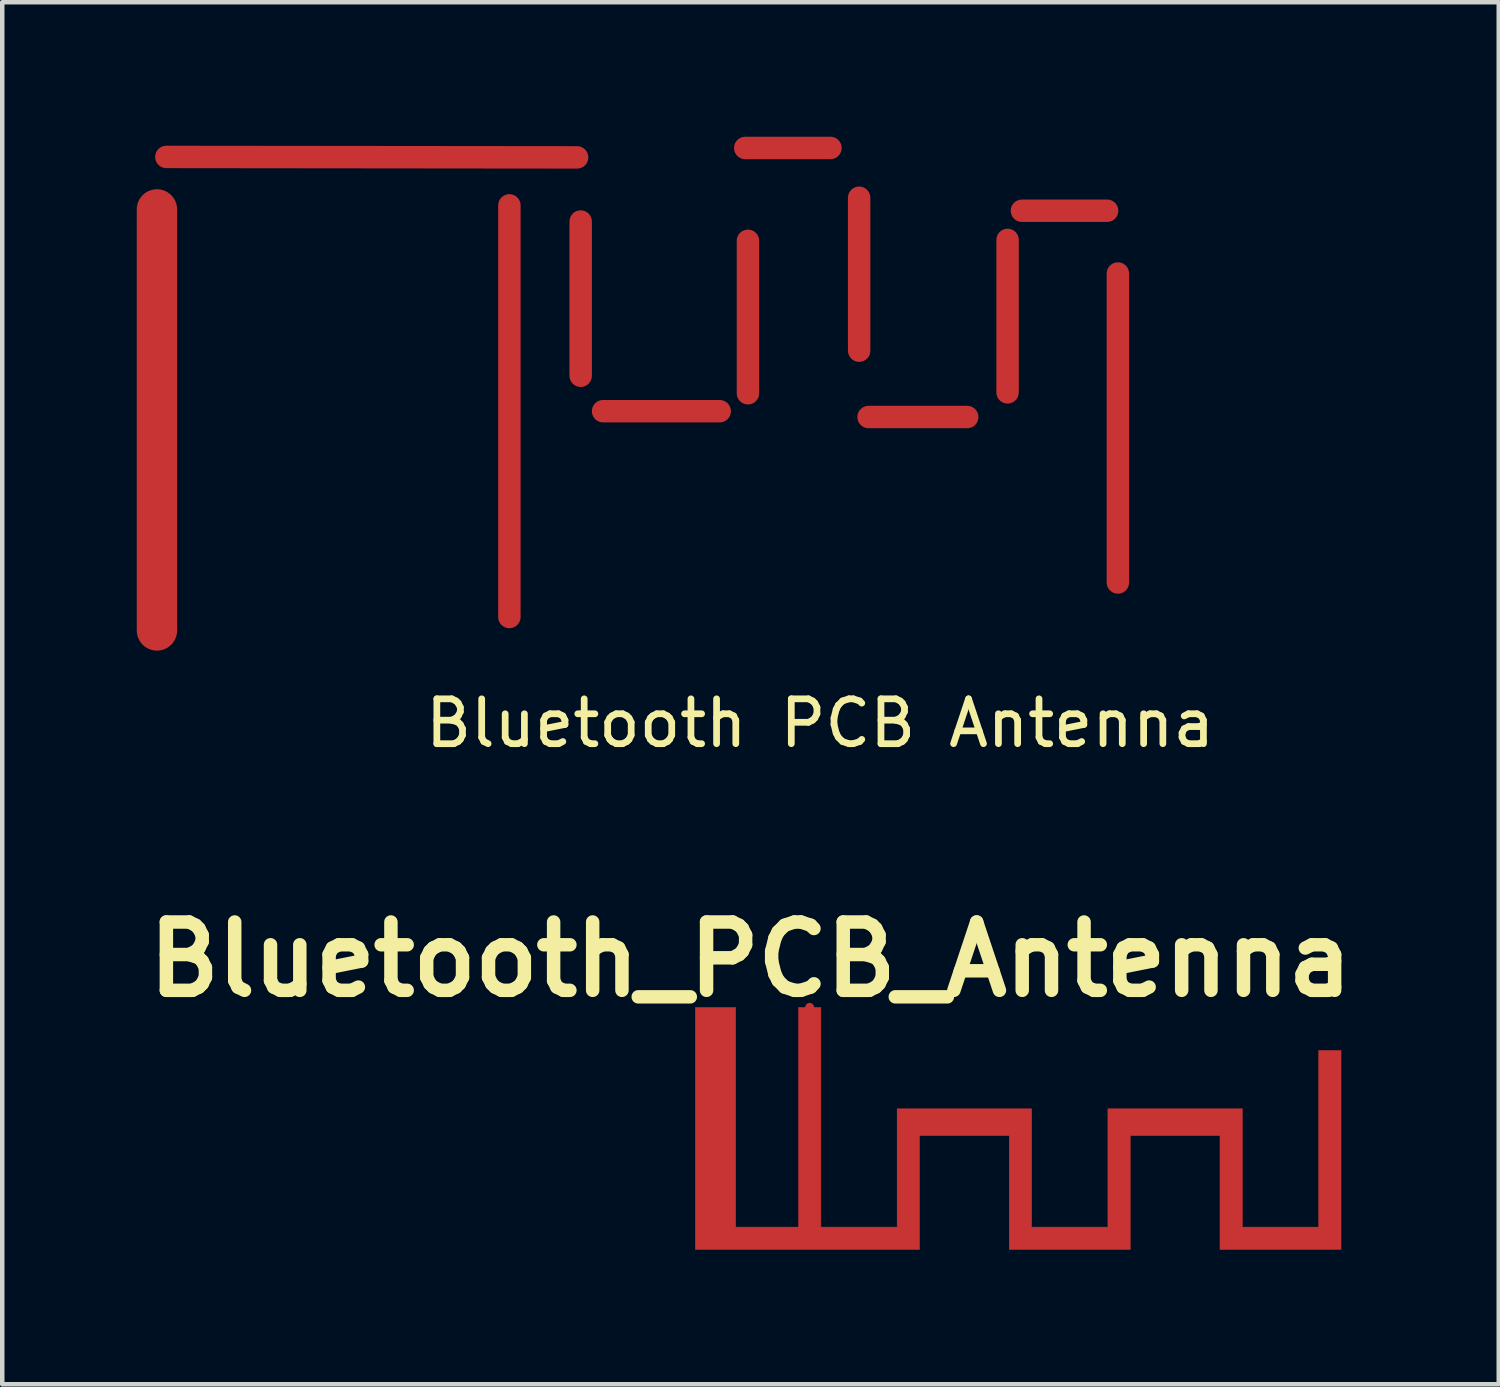
<source format=kicad_pcb>
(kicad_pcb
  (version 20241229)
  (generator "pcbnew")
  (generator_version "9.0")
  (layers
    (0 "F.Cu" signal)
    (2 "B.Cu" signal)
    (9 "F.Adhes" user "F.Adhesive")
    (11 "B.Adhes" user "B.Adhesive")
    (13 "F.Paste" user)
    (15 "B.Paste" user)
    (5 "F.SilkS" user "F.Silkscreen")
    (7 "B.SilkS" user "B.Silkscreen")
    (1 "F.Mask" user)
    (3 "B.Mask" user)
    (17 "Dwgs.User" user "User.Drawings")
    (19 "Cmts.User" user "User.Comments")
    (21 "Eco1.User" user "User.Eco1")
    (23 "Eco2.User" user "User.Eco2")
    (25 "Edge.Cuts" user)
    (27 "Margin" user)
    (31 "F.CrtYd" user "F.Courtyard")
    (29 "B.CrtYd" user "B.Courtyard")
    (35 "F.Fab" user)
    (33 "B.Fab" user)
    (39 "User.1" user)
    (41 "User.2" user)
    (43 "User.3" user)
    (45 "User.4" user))
  (footprint "Bluetooth PCB Antenna"
    (layer "F.Cu")
    (at 15.24 12.58)
    (property "Reference" "Bluetooth PCB Antenna" (at 0 0.5 0) (layer "F.SilkS") (effects (font (size 1 1) (thickness 0.15))))
    (attr through_hole)
    (fp_line (start -14.79 -1.57) (end -14.79 -10.96) (stroke (width 0.9) (type solid)) (layer "F.Cu"))
    (fp_line (start -14.58 -12.13) (end -5.42 -12.12) (stroke (width 0.5) (type solid)) (layer "F.Cu"))
    (fp_line (start -6.93 -11.05) (end -6.93 -1.87) (stroke (width 0.5) (type solid)) (layer "F.Cu"))
    (fp_line (start -5.34 -10.69) (end -5.34 -7.25) (stroke (width 0.5) (type solid)) (layer "F.Cu"))
    (fp_line (start -4.84 -6.46) (end -2.24 -6.46) (stroke (width 0.5) (type solid)) (layer "F.Cu"))
    (fp_line (start -1.67 -12.33) (end 0.23 -12.33) (stroke (width 0.5) (type solid)) (layer "F.Cu"))
    (fp_line (start -1.61 -6.86) (end -1.61 -10.26) (stroke (width 0.5) (type solid)) (layer "F.Cu"))
    (fp_line (start 0.87 -11.22) (end 0.87 -7.81) (stroke (width 0.5) (type solid)) (layer "F.Cu"))
    (fp_line (start 1.08 -6.33) (end 3.28 -6.33) (stroke (width 0.5) (type solid)) (layer "F.Cu"))
    (fp_line (start 4.18 -6.88) (end 4.18 -10.28) (stroke (width 0.5) (type solid)) (layer "F.Cu"))
    (fp_line (start 4.5 -10.93) (end 6.4 -10.93) (stroke (width 0.5) (type solid)) (layer "F.Cu"))
    (fp_line (start 6.64 -9.53) (end 6.64 -2.64) (stroke (width 0.5) (type solid)) (layer "F.Cu")))
  (footprint "Bluetooth_PCB_Antenna"
    (layer "F.Cu")
    (at 12.457 19.416)
    (property "Reference" "Bluetooth_PCB_Antenna" (at 1.23 -1.07 0) (layer "F.SilkS") (effects (font (size 1.524 1.524) (thickness 0.3))))
    (attr through_hole)
    (fp_poly (pts (xy 0 0) (xy 0 5.4) (xy 5 5.4) (xy 5 2.86) (xy 7 2.86) (xy 7 5.4) (xy 9.7 5.4) (xy 9.7 2.86) (xy 11.7 2.86) (xy 11.7 5.4) (xy 14.4 5.4) (xy 14.4 0.96) (xy 13.9 0.96) (xy 13.9 4.9) (xy 12.2 4.9) (xy 12.2 2.26) (xy 9.2 2.26) (xy 9.2 4.9) (xy 7.5 4.9) (xy 7.5 2.26) (xy 4.5 2.26) (xy 4.5 4.9) (xy 2.8 4.9) (xy 2.8 0) (xy 2.3 0) (xy 2.3 4.9) (xy 0.9 4.9) (xy 0.9 0)) (stroke (width 0.01) (type solid)) (fill yes) (layer "F.Cu"))
    (pad "2" smd circle (at 0.45 0.25) (size 0.2 0.2) (layers "F.Cu" "F.Mask" "F.Paste"))
    (pad "3" smd circle (at 2.55 0) (size 0.2 0.2) (layers "F.Cu" "F.Mask" "F.Paste")))
  (gr_rect
    (start -3 -3)
    (end 30.374 27.821)
    (stroke (width 0.1) (type default))
    (fill no)
    (layer "Edge.Cuts")))
</source>
